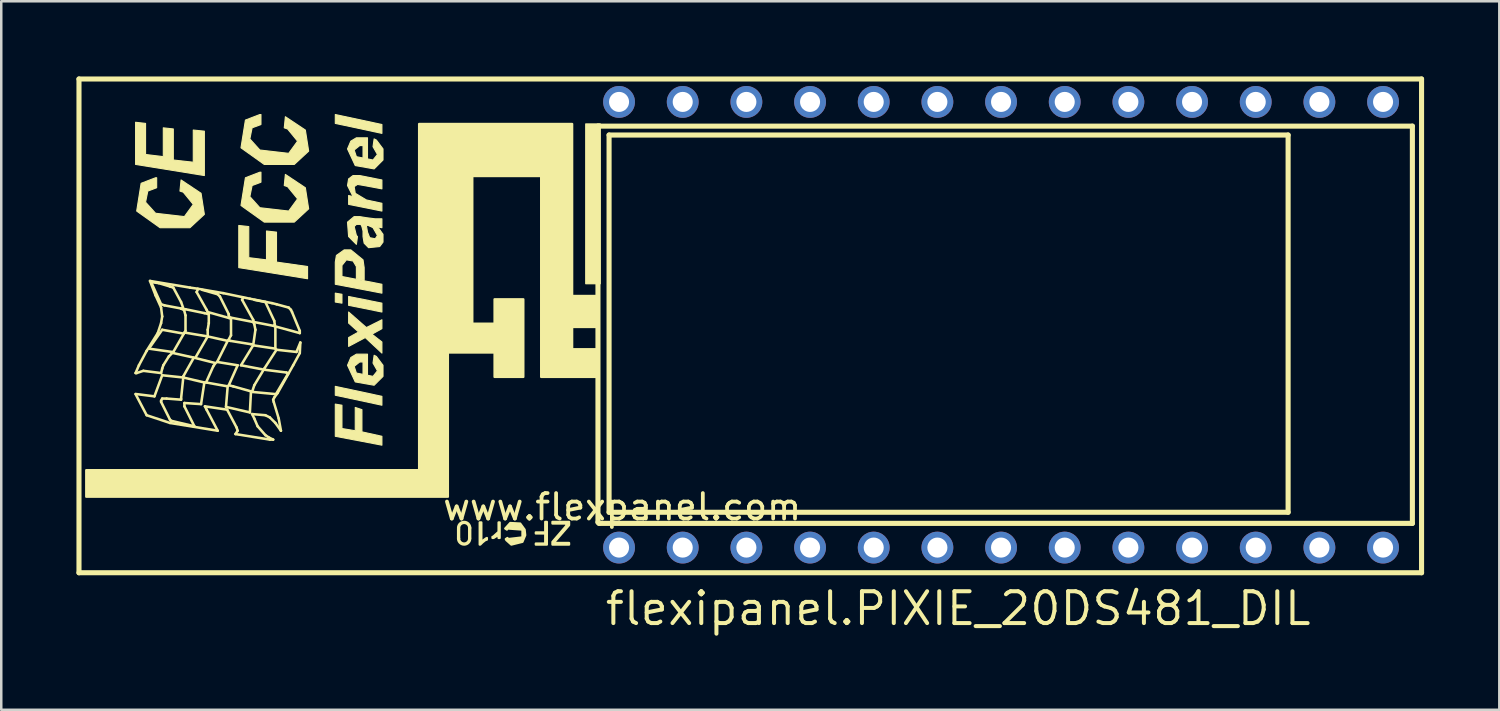
<source format=kicad_pcb>
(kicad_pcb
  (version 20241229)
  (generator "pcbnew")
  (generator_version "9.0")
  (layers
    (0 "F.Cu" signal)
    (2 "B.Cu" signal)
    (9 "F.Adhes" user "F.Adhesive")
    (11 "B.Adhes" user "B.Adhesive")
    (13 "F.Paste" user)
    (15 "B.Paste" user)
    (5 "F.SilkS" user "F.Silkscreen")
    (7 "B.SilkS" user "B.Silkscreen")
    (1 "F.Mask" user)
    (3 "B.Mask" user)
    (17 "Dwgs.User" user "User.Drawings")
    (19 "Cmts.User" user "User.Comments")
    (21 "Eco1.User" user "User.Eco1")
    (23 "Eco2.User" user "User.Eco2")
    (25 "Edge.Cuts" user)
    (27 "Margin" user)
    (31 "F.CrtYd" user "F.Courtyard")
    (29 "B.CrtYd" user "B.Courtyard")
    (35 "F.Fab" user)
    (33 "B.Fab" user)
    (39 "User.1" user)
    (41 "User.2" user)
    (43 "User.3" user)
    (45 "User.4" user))
  (footprint "flexipanel.PIXIE_20DS481_DIL"
    (layer "F.Cu")
    (at 36.887 9.906)
    (property "Reference" "flexipanel.PIXIE_20DS481_DIL" (at -15.875 12.065 0) (layer "F.SilkS") (effects (font (size 1.27 1.27) (thickness 0.16)) (justify left bottom)))
    (attr through_hole)
    (fp_line (start -36.786 -9.804) (end 16.776 -9.804) (stroke (width 0.203) (type default)) (layer "F.SilkS"))
    (fp_line (start -36.786 9.894) (end -36.786 -9.804) (stroke (width 0.203) (type default)) (layer "F.SilkS"))
    (fp_line (start -34.528 1.927) (end -34.484 1.927) (stroke (width 0.102) (type default)) (layer "F.SilkS"))
    (fp_line (start -34.528 2.768) (end -34.086 3.609) (stroke (width 0.102) (type default)) (layer "F.SilkS"))
    (fp_line (start -34.526 2.762) (end -33.776 2.856) (stroke (width 0.102) (type default)) (layer "F.SilkS"))
    (fp_line (start -34.484 1.927) (end -34.218 1.838) (stroke (width 0.102) (type default)) (layer "F.SilkS"))
    (fp_line (start -34.395 1.617) (end -34.528 1.927) (stroke (width 0.102) (type default)) (layer "F.SilkS"))
    (fp_line (start -34.218 1.838) (end -33.51 1.927) (stroke (width 0.102) (type default)) (layer "F.SilkS"))
    (fp_line (start -34.086 1.041) (end -34.395 1.617) (stroke (width 0.102) (type default)) (layer "F.SilkS"))
    (fp_line (start -34.086 3.609) (end -33.156 3.918) (stroke (width 0.102) (type default)) (layer "F.SilkS"))
    (fp_line (start -33.997 0.953) (end -33.067 1.085) (stroke (width 0.102) (type default)) (layer "F.SilkS"))
    (fp_line (start -33.953 -1.748) (end -33.731 -1.172) (stroke (width 0.102) (type default)) (layer "F.SilkS"))
    (fp_line (start -33.908 -1.703) (end -33.599 -1.659) (stroke (width 0.102) (type default)) (layer "F.SilkS"))
    (fp_line (start -33.776 2.856) (end -33.466 2.015) (stroke (width 0.102) (type default)) (layer "F.SilkS"))
    (fp_line (start -33.731 -1.172) (end -33.51 -0.685) (stroke (width 0.102) (type default)) (layer "F.SilkS"))
    (fp_line (start -33.643 0.333) (end -34.086 1.041) (stroke (width 0.102) (type default)) (layer "F.SilkS"))
    (fp_line (start -33.599 -1.659) (end -33.156 -1.526) (stroke (width 0.102) (type default)) (layer "F.SilkS"))
    (fp_line (start -33.51 -0.818) (end -33.908 -1.703) (stroke (width 0.102) (type default)) (layer "F.SilkS"))
    (fp_line (start -33.51 -0.685) (end -33.466 -0.331) (stroke (width 0.102) (type default)) (layer "F.SilkS"))
    (fp_line (start -33.51 -0.066) (end -33.643 0.333) (stroke (width 0.102) (type default)) (layer "F.SilkS"))
    (fp_line (start -33.51 1.927) (end -33.466 1.75) (stroke (width 0.102) (type default)) (layer "F.SilkS"))
    (fp_line (start -33.51 3.033) (end -33.51 3.077) (stroke (width 0.102) (type default)) (layer "F.SilkS"))
    (fp_line (start -33.51 3.077) (end -33.156 3.786) (stroke (width 0.102) (type default)) (layer "F.SilkS"))
    (fp_line (start -33.466 -0.331) (end -33.51 -0.066) (stroke (width 0.102) (type default)) (layer "F.SilkS"))
    (fp_line (start -33.466 0.2) (end -33.997 0.953) (stroke (width 0.102) (type default)) (layer "F.SilkS"))
    (fp_line (start -33.466 1.75) (end -33.422 1.617) (stroke (width 0.102) (type default)) (layer "F.SilkS"))
    (fp_line (start -33.466 2.015) (end -32.625 2.104) (stroke (width 0.102) (type default)) (layer "F.SilkS"))
    (fp_line (start -33.466 2.945) (end -33.51 3.033) (stroke (width 0.102) (type default)) (layer "F.SilkS"))
    (fp_line (start -33.422 1.617) (end -33.2 1.262) (stroke (width 0.102) (type default)) (layer "F.SilkS"))
    (fp_line (start -33.377 -0.774) (end -33.51 -0.818) (stroke (width 0.102) (type default)) (layer "F.SilkS"))
    (fp_line (start -33.289 2.945) (end -33.466 2.945) (stroke (width 0.102) (type default)) (layer "F.SilkS"))
    (fp_line (start -33.2 1.262) (end -33.023 1.085) (stroke (width 0.102) (type default)) (layer "F.SilkS"))
    (fp_line (start -33.156 -1.526) (end -33.023 -1.482) (stroke (width 0.102) (type default)) (layer "F.SilkS"))
    (fp_line (start -33.156 3.786) (end -33.112 3.83) (stroke (width 0.102) (type default)) (layer "F.SilkS"))
    (fp_line (start -33.156 3.918) (end -31.252 4.228) (stroke (width 0.102) (type default)) (layer "F.SilkS"))
    (fp_line (start -33.112 3.83) (end -32.182 4.051) (stroke (width 0.102) (type default)) (layer "F.SilkS"))
    (fp_line (start -33.023 -1.482) (end -32.713 -0.906) (stroke (width 0.102) (type default)) (layer "F.SilkS"))
    (fp_line (start -33.023 1.085) (end -32.603 0.355) (stroke (width 0.102) (type default)) (layer "F.SilkS"))
    (fp_line (start -33.023 1.13) (end -32.226 1.307) (stroke (width 0.102) (type default)) (layer "F.SilkS"))
    (fp_line (start -32.713 -0.906) (end -32.602 -0.596) (stroke (width 0.102) (type default)) (layer "F.SilkS"))
    (fp_line (start -32.713 -0.641) (end -32.669 -0.641) (stroke (width 0.102) (type default)) (layer "F.SilkS"))
    (fp_line (start -32.713 2.945) (end -32.713 2.989) (stroke (width 0.102) (type default)) (layer "F.SilkS"))
    (fp_line (start -32.713 2.989) (end -33.289 2.945) (stroke (width 0.102) (type default)) (layer "F.SilkS"))
    (fp_line (start -32.669 -0.641) (end -33.377 -0.774) (stroke (width 0.102) (type default)) (layer "F.SilkS"))
    (fp_line (start -32.625 2.059) (end -32.226 1.351) (stroke (width 0.102) (type default)) (layer "F.SilkS"))
    (fp_line (start -32.625 2.104) (end -32.713 2.945) (stroke (width 0.102) (type default)) (layer "F.SilkS"))
    (fp_line (start -32.625 2.104) (end -32.625 2.059) (stroke (width 0.102) (type default)) (layer "F.SilkS"))
    (fp_line (start -32.625 2.104) (end -31.784 2.303) (stroke (width 0.102) (type default)) (layer "F.SilkS"))
    (fp_line (start -32.603 -0.619) (end -32.536 -0.375) (stroke (width 0.102) (type default)) (layer "F.SilkS"))
    (fp_line (start -32.603 0.355) (end -33.466 0.2) (stroke (width 0.102) (type default)) (layer "F.SilkS"))
    (fp_line (start -32.602 -0.596) (end -32.713 -0.641) (stroke (width 0.102) (type default)) (layer "F.SilkS"))
    (fp_line (start -32.58 0.311) (end -31.651 0.466) (stroke (width 0.102) (type default)) (layer "F.SilkS"))
    (fp_line (start -32.58 3.122) (end -32.58 3.255) (stroke (width 0.102) (type default)) (layer "F.SilkS"))
    (fp_line (start -32.58 3.255) (end -32.182 4.051) (stroke (width 0.102) (type default)) (layer "F.SilkS"))
    (fp_line (start -32.536 -0.619) (end -32.603 -0.619) (stroke (width 0.102) (type default)) (layer "F.SilkS"))
    (fp_line (start -32.536 -0.375) (end -32.536 0.244) (stroke (width 0.102) (type default)) (layer "F.SilkS"))
    (fp_line (start -32.536 0.244) (end -32.58 0.311) (stroke (width 0.102) (type default)) (layer "F.SilkS"))
    (fp_line (start -32.359 -1.482) (end -33.953 -1.748) (stroke (width 0.102) (type default)) (layer "F.SilkS"))
    (fp_line (start -32.226 1.307) (end -31.341 1.528) (stroke (width 0.102) (type default)) (layer "F.SilkS"))
    (fp_line (start -32.093 -1.305) (end -31.695 -0.597) (stroke (width 0.102) (type default)) (layer "F.SilkS"))
    (fp_line (start -32.049 -1.438) (end -32.359 -1.482) (stroke (width 0.102) (type default)) (layer "F.SilkS"))
    (fp_line (start -32.049 -1.393) (end -32.093 -1.305) (stroke (width 0.102) (type default)) (layer "F.SilkS"))
    (fp_line (start -31.916 3.166) (end -32.58 3.122) (stroke (width 0.102) (type default)) (layer "F.SilkS"))
    (fp_line (start -31.784 -0.464) (end -32.536 -0.619) (stroke (width 0.102) (type default)) (layer "F.SilkS"))
    (fp_line (start -31.784 2.303) (end -31.916 3.166) (stroke (width 0.102) (type default)) (layer "F.SilkS"))
    (fp_line (start -31.762 3.255) (end -30.876 3.387) (stroke (width 0.102) (type default)) (layer "F.SilkS"))
    (fp_line (start -31.717 2.303) (end -30.854 2.458) (stroke (width 0.102) (type default)) (layer "F.SilkS"))
    (fp_line (start -31.695 -0.597) (end -31.651 -0.508) (stroke (width 0.102) (type default)) (layer "F.SilkS"))
    (fp_line (start -31.695 3.387) (end -31.762 3.255) (stroke (width 0.102) (type default)) (layer "F.SilkS"))
    (fp_line (start -31.651 -0.508) (end -30.787 -0.265) (stroke (width 0.102) (type default)) (layer "F.SilkS"))
    (fp_line (start -31.651 0.2) (end -31.607 -0.066) (stroke (width 0.102) (type default)) (layer "F.SilkS"))
    (fp_line (start -31.651 0.421) (end -31.651 0.2) (stroke (width 0.102) (type default)) (layer "F.SilkS"))
    (fp_line (start -31.651 0.466) (end -32.138 1.307) (stroke (width 0.102) (type default)) (layer "F.SilkS"))
    (fp_line (start -31.607 -0.42) (end -31.784 -0.464) (stroke (width 0.102) (type default)) (layer "F.SilkS"))
    (fp_line (start -31.607 -0.066) (end -31.607 -0.42) (stroke (width 0.102) (type default)) (layer "F.SilkS"))
    (fp_line (start -31.43 1.661) (end -31.717 2.303) (stroke (width 0.102) (type default)) (layer "F.SilkS"))
    (fp_line (start -31.341 1.528) (end -31.43 1.661) (stroke (width 0.102) (type default)) (layer "F.SilkS"))
    (fp_line (start -31.275 1.484) (end -30.854 0.643) (stroke (width 0.102) (type default)) (layer "F.SilkS"))
    (fp_line (start -31.252 -1.216) (end -31.872 -1.393) (stroke (width 0.102) (type default)) (layer "F.SilkS"))
    (fp_line (start -31.252 4.228) (end -31.695 3.387) (stroke (width 0.102) (type default)) (layer "F.SilkS"))
    (fp_line (start -31.164 -1.128) (end -31.252 -1.216) (stroke (width 0.102) (type default)) (layer "F.SilkS"))
    (fp_line (start -31.031 -1.261) (end -32.049 -1.438) (stroke (width 0.102) (type default)) (layer "F.SilkS"))
    (fp_line (start -30.921 3.277) (end -29.968 3.498) (stroke (width 0.102) (type default)) (layer "F.SilkS"))
    (fp_line (start -30.876 3.387) (end -30.5 4.096) (stroke (width 0.102) (type default)) (layer "F.SilkS"))
    (fp_line (start -30.854 0.643) (end -31.651 0.466) (stroke (width 0.102) (type default)) (layer "F.SilkS"))
    (fp_line (start -30.854 2.458) (end -30.921 3.277) (stroke (width 0.102) (type default)) (layer "F.SilkS"))
    (fp_line (start -30.832 0.621) (end -30.744 0.643) (stroke (width 0.102) (type default)) (layer "F.SilkS"))
    (fp_line (start -30.81 -0.42) (end -31.164 -1.128) (stroke (width 0.102) (type default)) (layer "F.SilkS"))
    (fp_line (start -30.81 -0.375) (end -30.81 -0.42) (stroke (width 0.102) (type default)) (layer "F.SilkS"))
    (fp_line (start -30.81 2.413) (end -30.456 1.617) (stroke (width 0.102) (type default)) (layer "F.SilkS"))
    (fp_line (start -30.787 -0.265) (end -30.81 -0.375) (stroke (width 0.102) (type default)) (layer "F.SilkS"))
    (fp_line (start -30.744 -0.287) (end -30.721 -0.242) (stroke (width 0.102) (type default)) (layer "F.SilkS"))
    (fp_line (start -30.744 0.643) (end -29.924 0.776) (stroke (width 0.102) (type default)) (layer "F.SilkS"))
    (fp_line (start -30.721 -0.242) (end -30.721 0.421) (stroke (width 0.102) (type default)) (layer "F.SilkS"))
    (fp_line (start -30.721 0.421) (end -30.832 0.621) (stroke (width 0.102) (type default)) (layer "F.SilkS"))
    (fp_line (start -30.633 2.458) (end -30.81 2.413) (stroke (width 0.102) (type default)) (layer "F.SilkS"))
    (fp_line (start -30.544 4.361) (end -29.172 4.582) (stroke (width 0.102) (type default)) (layer "F.SilkS"))
    (fp_line (start -30.5 4.096) (end -30.456 4.228) (stroke (width 0.102) (type default)) (layer "F.SilkS"))
    (fp_line (start -30.456 1.617) (end -31.275 1.484) (stroke (width 0.102) (type default)) (layer "F.SilkS"))
    (fp_line (start -30.456 4.228) (end -30.544 4.361) (stroke (width 0.102) (type default)) (layer "F.SilkS"))
    (fp_line (start -30.323 1.617) (end -29.836 0.82) (stroke (width 0.102) (type default)) (layer "F.SilkS"))
    (fp_line (start -30.279 -0.995) (end -29.836 -0.198) (stroke (width 0.102) (type default)) (layer "F.SilkS"))
    (fp_line (start -30.234 -1.084) (end -30.279 -0.995) (stroke (width 0.102) (type default)) (layer "F.SilkS"))
    (fp_line (start -29.969 -1.039) (end -31.031 -1.261) (stroke (width 0.102) (type default)) (layer "F.SilkS"))
    (fp_line (start -29.968 3.498) (end -29.924 2.657) (stroke (width 0.102) (type default)) (layer "F.SilkS"))
    (fp_line (start -29.924 0.776) (end -29.88 0.776) (stroke (width 0.102) (type default)) (layer "F.SilkS"))
    (fp_line (start -29.924 2.657) (end -30.633 2.458) (stroke (width 0.102) (type default)) (layer "F.SilkS"))
    (fp_line (start -29.88 2.679) (end -28.928 2.768) (stroke (width 0.102) (type default)) (layer "F.SilkS"))
    (fp_line (start -29.88 3.564) (end -29.349 3.609) (stroke (width 0.102) (type default)) (layer "F.SilkS"))
    (fp_line (start -29.836 -0.198) (end -29.814 -0.11) (stroke (width 0.102) (type default)) (layer "F.SilkS"))
    (fp_line (start -29.836 -0.11) (end -30.744 -0.287) (stroke (width 0.102) (type default)) (layer "F.SilkS"))
    (fp_line (start -29.836 0.82) (end -29.747 0.2) (stroke (width 0.102) (type default)) (layer "F.SilkS"))
    (fp_line (start -29.836 0.82) (end -28.951 0.953) (stroke (width 0.102) (type default)) (layer "F.SilkS"))
    (fp_line (start -29.814 -0.11) (end -29.017 0.045) (stroke (width 0.102) (type default)) (layer "F.SilkS"))
    (fp_line (start -29.792 -0.021) (end -29.836 -0.11) (stroke (width 0.102) (type default)) (layer "F.SilkS"))
    (fp_line (start -29.792 2.413) (end -29.88 2.679) (stroke (width 0.102) (type default)) (layer "F.SilkS"))
    (fp_line (start -29.792 3.741) (end -29.88 3.564) (stroke (width 0.102) (type default)) (layer "F.SilkS"))
    (fp_line (start -29.747 0.2) (end -29.792 -0.021) (stroke (width 0.102) (type default)) (layer "F.SilkS"))
    (fp_line (start -29.659 4.051) (end -29.792 3.741) (stroke (width 0.102) (type default)) (layer "F.SilkS"))
    (fp_line (start -29.393 1.75) (end -29.792 2.413) (stroke (width 0.102) (type default)) (layer "F.SilkS"))
    (fp_line (start -29.393 1.794) (end -30.323 1.617) (stroke (width 0.102) (type default)) (layer "F.SilkS"))
    (fp_line (start -29.349 -0.906) (end -29.792 -0.995) (stroke (width 0.102) (type default)) (layer "F.SilkS"))
    (fp_line (start -29.349 3.609) (end -29.172 3.697) (stroke (width 0.102) (type default)) (layer "F.SilkS"))
    (fp_line (start -29.349 4.405) (end -29.659 4.051) (stroke (width 0.102) (type default)) (layer "F.SilkS"))
    (fp_line (start -29.216 4.494) (end -29.349 4.405) (stroke (width 0.102) (type default)) (layer "F.SilkS"))
    (fp_line (start -29.172 3.697) (end -28.951 3.918) (stroke (width 0.102) (type default)) (layer "F.SilkS"))
    (fp_line (start -29.172 4.582) (end -29.039 4.582) (stroke (width 0.102) (type default)) (layer "F.SilkS"))
    (fp_line (start -29.083 -0.862) (end -29.969 -1.039) (stroke (width 0.102) (type default)) (layer "F.SilkS"))
    (fp_line (start -29.039 2.989) (end -28.995 2.9) (stroke (width 0.102) (type default)) (layer "F.SilkS"))
    (fp_line (start -29.039 4.582) (end -29.216 4.494) (stroke (width 0.102) (type default)) (layer "F.SilkS"))
    (fp_line (start -29.017 3.077) (end -29.039 2.989) (stroke (width 0.102) (type default)) (layer "F.SilkS"))
    (fp_line (start -29.017 0.045) (end -28.973 0.001) (stroke (width 0.102) (type default)) (layer "F.SilkS"))
    (fp_line (start -29.017 0.045) (end -29.017 0.045) (stroke (width 0.102) (type default)) (layer "F.SilkS"))
    (fp_line (start -28.995 -0.154) (end -29.349 -0.906) (stroke (width 0.102) (type default)) (layer "F.SilkS"))
    (fp_line (start -28.995 2.9) (end -28.862 2.723) (stroke (width 0.102) (type default)) (layer "F.SilkS"))
    (fp_line (start -28.973 0.001) (end -28.995 -0.154) (stroke (width 0.102) (type default)) (layer "F.SilkS"))
    (fp_line (start -28.951 0.067) (end -27.977 0.333) (stroke (width 0.102) (type default)) (layer "F.SilkS"))
    (fp_line (start -28.951 0.953) (end -28.951 0.067) (stroke (width 0.102) (type default)) (layer "F.SilkS"))
    (fp_line (start -28.951 3.918) (end -28.729 4.228) (stroke (width 0.102) (type default)) (layer "F.SilkS"))
    (fp_line (start -28.928 2.768) (end -28.441 1.949) (stroke (width 0.102) (type default)) (layer "F.SilkS"))
    (fp_line (start -28.906 0.997) (end -29.393 1.75) (stroke (width 0.102) (type default)) (layer "F.SilkS"))
    (fp_line (start -28.906 -0.818) (end -29.083 -0.862) (stroke (width 0.102) (type default)) (layer "F.SilkS"))
    (fp_line (start -28.862 2.723) (end -28.242 1.617) (stroke (width 0.102) (type default)) (layer "F.SilkS"))
    (fp_line (start -28.818 3.741) (end -29.017 3.077) (stroke (width 0.102) (type default)) (layer "F.SilkS"))
    (fp_line (start -28.729 4.228) (end -28.818 3.741) (stroke (width 0.102) (type default)) (layer "F.SilkS"))
    (fp_line (start -28.508 1.905) (end -29.393 1.794) (stroke (width 0.102) (type default)) (layer "F.SilkS"))
    (fp_line (start -28.441 1.949) (end -28.508 1.905) (stroke (width 0.102) (type default)) (layer "F.SilkS"))
    (fp_line (start -28.419 -0.685) (end -28.906 -0.818) (stroke (width 0.102) (type default)) (layer "F.SilkS"))
    (fp_line (start -28.331 -0.597) (end -28.419 -0.685) (stroke (width 0.102) (type default)) (layer "F.SilkS"))
    (fp_line (start -28.287 -0.508) (end -28.331 -0.597) (stroke (width 0.102) (type default)) (layer "F.SilkS"))
    (fp_line (start -28.242 1.617) (end -27.977 1.13) (stroke (width 0.102) (type default)) (layer "F.SilkS"))
    (fp_line (start -28.11 1.085) (end -28.906 0.997) (stroke (width 0.102) (type default)) (layer "F.SilkS"))
    (fp_line (start -27.977 0.244) (end -28.287 -0.508) (stroke (width 0.102) (type default)) (layer "F.SilkS"))
    (fp_line (start -27.977 0.333) (end -27.977 0.244) (stroke (width 0.102) (type default)) (layer "F.SilkS"))
    (fp_line (start -27.977 1.13) (end -27.955 0.709) (stroke (width 0.102) (type default)) (layer "F.SilkS"))
    (fp_line (start -27.955 0.709) (end -28.11 1.085) (stroke (width 0.102) (type default)) (layer "F.SilkS"))
    (fp_line (start -21.663 8.528) (end -21.663 8.129) (stroke (width 0.089) (type default)) (layer "F.SilkS"))
    (fp_line (start -21.619 8.129) (end -21.619 8.528) (stroke (width 0.089) (type default)) (layer "F.SilkS"))
    (fp_line (start -21.221 8.528) (end -21.221 8.107) (stroke (width 0.089) (type default)) (layer "F.SilkS"))
    (fp_line (start -21.176 8.107) (end -21.176 8.506) (stroke (width 0.089) (type default)) (layer "F.SilkS"))
    (fp_line (start -16.081 -7.924) (end -16.037 -7.924) (stroke (width 0.203) (type default)) (layer "F.SilkS"))
    (fp_line (start -16.081 7.879) (end -16.081 -7.924) (stroke (width 0.203) (type default)) (layer "F.SilkS"))
    (fp_line (start -16.037 7.924) (end -16.081 7.879) (stroke (width 0.203) (type default)) (layer "F.SilkS"))
    (fp_line (start -15.992 -7.924) (end 16.41 -7.924) (stroke (width 0.203) (type default)) (layer "F.SilkS"))
    (fp_line (start -15.638 -7.569) (end -15.638 7.481) (stroke (width 0.203) (type default)) (layer "F.SilkS"))
    (fp_line (start -15.638 7.481) (end 11.452 7.481) (stroke (width 0.203) (type default)) (layer "F.SilkS"))
    (fp_line (start 11.452 -7.569) (end -15.638 -7.569) (stroke (width 0.203) (type default)) (layer "F.SilkS"))
    (fp_line (start 11.452 7.481) (end 11.452 -7.569) (stroke (width 0.203) (type default)) (layer "F.SilkS"))
    (fp_line (start 16.41 -7.924) (end 16.41 7.924) (stroke (width 0.203) (type default)) (layer "F.SilkS"))
    (fp_line (start 16.41 7.924) (end -16.037 7.924) (stroke (width 0.203) (type default)) (layer "F.SilkS"))
    (fp_line (start 16.776 -9.804) (end 16.776 9.894) (stroke (width 0.203) (type default)) (layer "F.SilkS"))
    (fp_line (start 16.776 9.894) (end -36.786 9.894) (stroke (width 0.203) (type default)) (layer "F.SilkS"))
    (fp_rect (start -16.568 -1.638) (end -15.992 -8.012) (stroke (width 0.05) (type default)) (fill yes) (layer "F.SilkS"))
    (fp_arc (start -21.6634 8.1069) (mid -21.41975 7.86325) (end -21.1761 8.1069) (stroke (width 0.0886) (type default)) (layer "F.SilkS"))
    (fp_arc (start -21.6192 8.1069) (mid -21.41985 7.90755) (end -21.2205 8.1069) (stroke (width 0.0886) (type default)) (layer "F.SilkS"))
    (fp_arc (start -21.2206 8.5278) (mid -21.41995 8.72715) (end -21.6193 8.5278) (stroke (width 0.0886) (type default)) (layer "F.SilkS"))
    (fp_arc (start -21.1764 8.5278) (mid -21.42005 8.77145) (end -21.6637 8.5278) (stroke (width 0.0886) (type default)) (layer "F.SilkS"))
    (fp_poly (pts (xy -26.56 -8.033) (xy -24.701 -7.635) (xy -24.701 -7.989) (xy -26.56 -8.387)) (stroke (width 0.044) (type default)) (fill yes) (layer "F.SilkS"))
    (fp_poly (pts (xy -26.295 -0.862) (xy -26.295 -1.216) (xy -26.56 -1.261) (xy -26.56 -0.906)) (stroke (width 0.044) (type default)) (fill yes) (layer "F.SilkS"))
    (fp_poly (pts (xy -24.701 -0.508) (xy -24.701 -0.862) (xy -26.029 -1.128) (xy -26.029 -0.774)) (stroke (width 0.044) (type default)) (fill yes) (layer "F.SilkS"))
    (fp_poly (pts (xy -24.701 3.21) (xy -24.701 2.856) (xy -26.56 2.458) (xy -26.56 2.812)) (stroke (width 0.044) (type default)) (fill yes) (layer "F.SilkS"))
    (fp_poly (pts (xy -27.667 -1.836) (xy -30.411 -2.279) (xy -30.411 -3.961) (xy -30.013 -3.917) (xy -30.013 -2.677) (xy -29.305 -2.589) (xy -29.305 -3.74) (xy -28.906 -3.695) (xy -28.906 -2.5) (xy -27.667 -2.323)) (stroke (width 0.044) (type default)) (fill yes) (layer "F.SilkS"))
    (fp_poly (pts (xy -24.701 4.804) (xy -24.701 4.45) (xy -25.498 4.273) (xy -25.498 3.387) (xy -25.764 3.299) (xy -25.764 4.228) (xy -26.295 4.14) (xy -26.295 3.21) (xy -26.56 3.166) (xy -26.56 4.45)) (stroke (width 0.044) (type default)) (fill yes) (layer "F.SilkS"))
    (fp_poly (pts (xy -20.8 7.885) (xy -20.8 8.771) (xy -20.777 8.771) (xy -20.689 8.683) (xy -20.578 8.594) (xy -20.512 8.572) (xy -20.512 8.506) (xy -20.556 8.528) (xy -20.733 8.661) (xy -20.733 7.885)) (stroke (width 0.089) (type default)) (fill yes) (layer "F.SilkS"))
    (fp_poly (pts (xy -18.119 7.863) (xy -18.119 8.771) (xy -18.562 8.771) (xy -18.562 8.284) (xy -18.23 8.284) (xy -18.23 8.328) (xy -18.562 8.328) (xy -18.562 8.727) (xy -18.186 8.727) (xy -18.186 7.863)) (stroke (width 0.089) (type default)) (fill yes) (layer "F.SilkS"))
    (fp_poly (pts (xy -31.784 -7.723) (xy -31.784 -5.953) (xy -34.528 -6.396) (xy -34.528 -8.078) (xy -34.13 -8.033) (xy -34.13 -6.794) (xy -33.422 -6.705) (xy -33.422 -7.856) (xy -33.023 -7.812) (xy -33.023 -6.573) (xy -32.226 -6.484) (xy -32.226 -7.768)) (stroke (width 0.044) (type default)) (fill yes) (layer "F.SilkS"))
    (fp_poly (pts (xy -24.701 1.13) (xy -24.701 0.687) (xy -25.099 0.377) (xy -24.701 0.156) (xy -24.701 -0.198) (xy -25.321 0.112) (xy -26.029 -0.508) (xy -26.029 -0.066) (xy -25.631 0.289) (xy -26.029 0.51) (xy -26.029 0.864) (xy -25.365 0.51)) (stroke (width 0.044) (type default)) (fill yes) (layer "F.SilkS"))
    (fp_poly (pts (xy -20.002 7.885) (xy -20.002 8.506) (xy -20.047 8.506) (xy -20.047 8.351) (xy -20.069 8.395) (xy -20.246 8.506) (xy -20.268 8.506) (xy -20.29 8.506) (xy -20.29 8.461) (xy -20.268 8.461) (xy -20.047 8.262) (xy -20.047 7.885)) (stroke (width 0.089) (type default)) (fill yes) (layer "F.SilkS"))
    (fp_poly (pts (xy -17.898 7.863) (xy -17.233 7.863) (xy -17.233 7.996) (xy -17.832 8.683) (xy -17.832 8.705) (xy -17.233 8.705) (xy -17.233 8.771) (xy -17.898 8.771) (xy -17.898 8.661) (xy -17.344 8.018) (xy -17.344 7.93) (xy -17.898 7.93)) (stroke (width 0.089) (type default)) (fill yes) (layer "F.SilkS"))
    (fp_poly (pts (xy -25.719 -3.208) (xy -25.675 -3.518) (xy -25.719 -3.562) (xy -25.808 -3.917) (xy -25.719 -4.005) (xy -25.542 -4.005) (xy -24.701 -3.872) (xy -24.701 -4.226) (xy -24.967 -4.226) (xy -25.321 -4.271) (xy -25.586 -4.315) (xy -25.808 -4.315) (xy -26.073 -4.094) (xy -26.029 -3.518)) (stroke (width 0.044) (type default)) (fill yes) (layer "F.SilkS"))
    (fp_poly (pts (xy -19.714 8.173) (xy -19.692 8.129) (xy -19.094 8.173) (xy -19.094 8.483) (xy -19.67 8.55) (xy -19.692 8.506) (xy -19.759 8.55) (xy -19.736 8.594) (xy -19.537 8.771) (xy -19.094 8.661) (xy -18.983 8.395) (xy -19.006 8.173) (xy -19.183 7.93) (xy -19.581 7.908) (xy -19.781 8.129)) (stroke (width 0.089) (type default)) (fill yes) (layer "F.SilkS"))
    (fp_poly (pts (xy -26.029 -4.802) (xy -24.701 -4.536) (xy -24.701 -4.846) (xy -25.321 -4.979) (xy -25.764 -5.245) (xy -25.808 -5.51) (xy -25.675 -5.599) (xy -25.409 -5.554) (xy -24.701 -5.422) (xy -24.701 -5.776) (xy -25.586 -5.953) (xy -25.852 -5.953) (xy -26.029 -5.82) (xy -26.073 -5.554) (xy -25.852 -5.112) (xy -26.029 -5.156)) (stroke (width 0.044) (type default)) (fill yes) (layer "F.SilkS"))
    (fp_poly (pts (xy -24.701 -1.261) (xy -24.701 -1.615) (xy -26.295 -1.925) (xy -26.295 -2.367) (xy -26.118 -2.589) (xy -25.852 -2.544) (xy -25.719 -2.323) (xy -25.719 -1.836) (xy -25.409 -1.792) (xy -25.409 -2.279) (xy -25.454 -2.589) (xy -25.941 -2.987) (xy -26.206 -2.987) (xy -26.516 -2.766) (xy -26.56 -2.5) (xy -26.56 -1.615)) (stroke (width 0.044) (type default)) (fill yes) (layer "F.SilkS"))
    (fp_poly (pts (xy -33.687 -5.466) (xy -33.687 -5.864) (xy -33.731 -5.864) (xy -34.307 -5.643) (xy -34.484 -4.536) (xy -33.554 -3.872) (xy -32.359 -3.872) (xy -31.784 -4.404) (xy -31.916 -5.245) (xy -32.713 -5.776) (xy -32.758 -5.333) (xy -32.625 -5.289) (xy -32.226 -4.802) (xy -32.58 -4.315) (xy -33.731 -4.448) (xy -34.13 -4.89) (xy -34.041 -5.333)) (stroke (width 0.044) (type default)) (fill yes) (layer "F.SilkS"))
    (fp_poly (pts (xy -29.526 -7.989) (xy -29.526 -8.387) (xy -29.57 -8.387) (xy -30.146 -8.166) (xy -30.323 -7.059) (xy -29.393 -6.395) (xy -28.198 -6.395) (xy -27.623 -6.927) (xy -27.755 -7.768) (xy -28.552 -8.299) (xy -28.596 -7.856) (xy -28.464 -7.812) (xy -28.065 -7.325) (xy -28.419 -6.838) (xy -29.57 -6.971) (xy -29.969 -7.413) (xy -29.88 -7.856)) (stroke (width 0.044) (type default)) (fill yes) (layer "F.SilkS"))
    (fp_poly (pts (xy -29.526 -5.687) (xy -29.526 -6.086) (xy -29.57 -6.086) (xy -30.146 -5.864) (xy -30.323 -4.758) (xy -29.393 -4.094) (xy -28.198 -4.094) (xy -27.623 -4.625) (xy -27.755 -5.466) (xy -28.552 -5.997) (xy -28.596 -5.554) (xy -28.464 -5.51) (xy -28.065 -5.023) (xy -28.419 -4.536) (xy -29.57 -4.669) (xy -29.969 -5.112) (xy -29.88 -5.554)) (stroke (width 0.044) (type default)) (fill yes) (layer "F.SilkS"))
    (fp_poly (pts (xy -25.542 -4.005) (xy -25.498 -3.917) (xy -25.454 -3.74) (xy -25.454 -3.518) (xy -25.409 -3.253) (xy -25.232 -3.075) (xy -24.79 -3.12) (xy -24.657 -3.297) (xy -24.657 -3.607) (xy -24.878 -3.917) (xy -25.232 -3.961) (xy -25.055 -3.872) (xy -24.878 -3.562) (xy -24.967 -3.43) (xy -25.188 -3.474) (xy -25.276 -3.695) (xy -25.321 -3.961)) (stroke (width 0.044) (type default)) (fill yes) (layer "F.SilkS"))
    (fp_poly (pts (xy -25.276 -7.458) (xy -25.276 -6.573) (xy -25.454 -6.617) (xy -25.454 -7.148) (xy -25.586 -7.148) (xy -25.808 -6.971) (xy -25.719 -6.705) (xy -25.055 -6.573) (xy -24.878 -6.794) (xy -25.055 -7.104) (xy -25.011 -7.414) (xy -24.922 -7.369) (xy -24.657 -7.015) (xy -24.657 -6.573) (xy -25.011 -6.218) (xy -25.764 -6.351) (xy -26.073 -7.015) (xy -25.941 -7.325) (xy -25.719 -7.458)) (stroke (width 0.044) (type default)) (fill yes) (layer "F.SilkS"))
    (fp_poly (pts (xy -25.276 1.174) (xy -25.276 2.059) (xy -25.454 2.015) (xy -25.454 1.484) (xy -25.586 1.484) (xy -25.808 1.661) (xy -25.719 1.927) (xy -25.055 2.059) (xy -24.878 1.838) (xy -25.055 1.528) (xy -25.011 1.218) (xy -24.922 1.263) (xy -24.657 1.617) (xy -24.657 2.059) (xy -25.011 2.413) (xy -25.764 2.281) (xy -26.073 1.617) (xy -25.941 1.307) (xy -25.719 1.174)) (stroke (width 0.044) (type default)) (fill yes) (layer "F.SilkS"))
    (fp_poly (pts (xy -36.498 6.862) (xy -22.067 6.862) (xy -22.067 1.108) (xy -20.208 1.108) (xy -20.208 2.082) (xy -19.057 2.082) (xy -19.057 -1.017) (xy -20.208 -1.017) (xy -20.208 -0.043) (xy -21.093 -0.043) (xy -21.093 -5.931) (xy -18.349 -5.931) (xy -18.349 2.082) (xy -16.047 2.082) (xy -16.047 0.975) (xy -17.11 0.975) (xy -17.11 0.089) (xy -16.047 0.089) (xy -16.047 -1.15) (xy -17.11 -1.15) (xy -17.11 -8.011) (xy -23.218 -8.011) (xy -23.218 5.8) (xy -36.498 5.8)) (stroke (width 0.089) (type default)) (fill yes) (layer "F.SilkS"))
    (fp_text user "www.flexpanel.com" (at -22.35 7.863 180) (layer "F.SilkS") (effects (font (size 1.016 1.016) (thickness 0.15)) (justify left bottom)))
    (pad "1" thru_hole circle (at -15.24 8.89) (size 1.27 1.27) (drill 0.8) (layers "*.Cu" "*.Mask"))
    (pad "2" thru_hole circle (at -12.7 8.89) (size 1.27 1.27) (drill 0.8) (layers "*.Cu" "*.Mask"))
    (pad "3" thru_hole circle (at -10.16 8.89) (size 1.27 1.27) (drill 0.8) (layers "*.Cu" "*.Mask"))
    (pad "4" thru_hole circle (at -7.62 8.89) (size 1.27 1.27) (drill 0.8) (layers "*.Cu" "*.Mask"))
    (pad "5" thru_hole circle (at -5.08 8.89) (size 1.27 1.27) (drill 0.8) (layers "*.Cu" "*.Mask"))
    (pad "6" thru_hole circle (at -2.54 8.89) (size 1.27 1.27) (drill 0.8) (layers "*.Cu" "*.Mask"))
    (pad "7" thru_hole circle (at 0 8.89) (size 1.27 1.27) (drill 0.8) (layers "*.Cu" "*.Mask"))
    (pad "8" thru_hole circle (at 2.54 8.89) (size 1.27 1.27) (drill 0.8) (layers "*.Cu" "*.Mask"))
    (pad "9" thru_hole circle (at 5.08 8.89) (size 1.27 1.27) (drill 0.8) (layers "*.Cu" "*.Mask"))
    (pad "10" thru_hole circle (at 7.62 8.89) (size 1.27 1.27) (drill 0.8) (layers "*.Cu" "*.Mask"))
    (pad "11" thru_hole circle (at 10.16 8.89) (size 1.27 1.27) (drill 0.8) (layers "*.Cu" "*.Mask"))
    (pad "12" thru_hole circle (at 12.7 8.89) (size 1.27 1.27) (drill 0.8) (layers "*.Cu" "*.Mask"))
    (pad "13" thru_hole circle (at 15.24 8.89) (size 1.27 1.27) (drill 0.8) (layers "*.Cu" "*.Mask"))
    (pad "14" thru_hole circle (at 15.24 -8.89) (size 1.27 1.27) (drill 0.8) (layers "*.Cu" "*.Mask"))
    (pad "15" thru_hole circle (at 12.7 -8.89) (size 1.27 1.27) (drill 0.8) (layers "*.Cu" "*.Mask"))
    (pad "16" thru_hole circle (at 10.16 -8.89) (size 1.27 1.27) (drill 0.8) (layers "*.Cu" "*.Mask"))
    (pad "17" thru_hole circle (at 7.62 -8.89) (size 1.27 1.27) (drill 0.8) (layers "*.Cu" "*.Mask"))
    (pad "18" thru_hole circle (at 5.08 -8.89) (size 1.27 1.27) (drill 0.8) (layers "*.Cu" "*.Mask"))
    (pad "19" thru_hole circle (at 2.54 -8.89) (size 1.27 1.27) (drill 0.8) (layers "*.Cu" "*.Mask"))
    (pad "20" thru_hole circle (at 0 -8.89) (size 1.27 1.27) (drill 0.8) (layers "*.Cu" "*.Mask"))
    (pad "21" thru_hole circle (at -2.54 -8.89) (size 1.27 1.27) (drill 0.8) (layers "*.Cu" "*.Mask"))
    (pad "22" thru_hole circle (at -5.08 -8.89) (size 1.27 1.27) (drill 0.8) (layers "*.Cu" "*.Mask"))
    (pad "23" thru_hole circle (at -7.62 -8.89) (size 1.27 1.27) (drill 0.8) (layers "*.Cu" "*.Mask"))
    (pad "24" thru_hole circle (at -10.16 -8.89) (size 1.27 1.27) (drill 0.8) (layers "*.Cu" "*.Mask"))
    (pad "25" thru_hole circle (at -12.7 -8.89) (size 1.27 1.27) (drill 0.8) (layers "*.Cu" "*.Mask"))
    (pad "26" thru_hole circle (at -15.24 -8.89) (size 1.27 1.27) (drill 0.8) (layers "*.Cu" "*.Mask")))
  (gr_rect
    (start -3 -3)
    (end 56.765 25.268)
    (stroke (width 0.1) (type default))
    (fill no)
    (layer "Edge.Cuts")))
</source>
